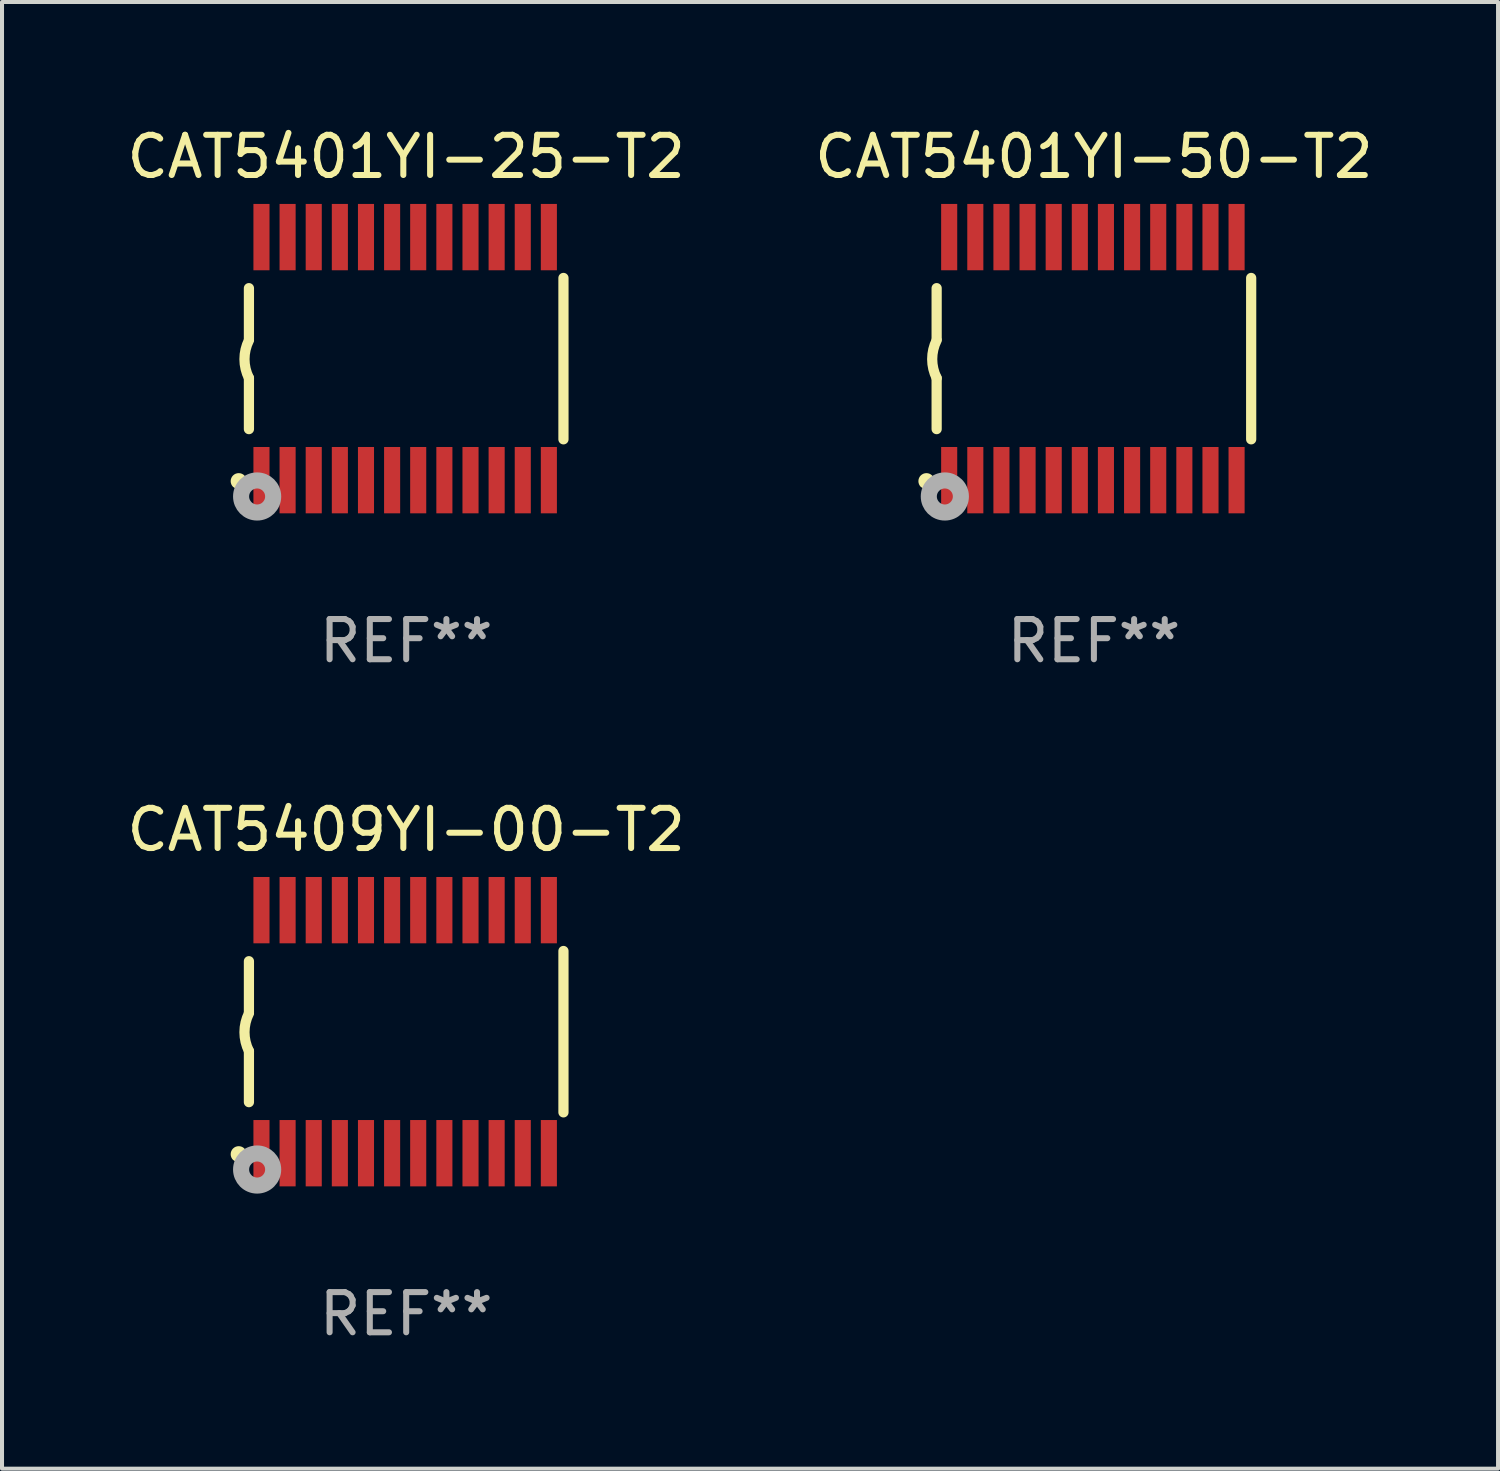
<source format=kicad_pcb>
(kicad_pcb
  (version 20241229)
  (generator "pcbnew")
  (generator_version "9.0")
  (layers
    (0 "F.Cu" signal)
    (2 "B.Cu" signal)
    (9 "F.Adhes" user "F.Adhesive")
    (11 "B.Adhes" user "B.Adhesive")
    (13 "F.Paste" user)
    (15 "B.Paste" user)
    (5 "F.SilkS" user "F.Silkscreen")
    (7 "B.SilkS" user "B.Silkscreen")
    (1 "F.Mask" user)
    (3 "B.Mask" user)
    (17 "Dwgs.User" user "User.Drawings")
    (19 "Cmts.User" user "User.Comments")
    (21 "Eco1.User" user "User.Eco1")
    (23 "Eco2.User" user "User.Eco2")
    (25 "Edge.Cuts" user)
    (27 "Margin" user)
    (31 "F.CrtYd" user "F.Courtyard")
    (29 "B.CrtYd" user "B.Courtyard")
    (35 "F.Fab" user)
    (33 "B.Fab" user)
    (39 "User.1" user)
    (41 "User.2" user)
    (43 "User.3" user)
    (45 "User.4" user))
  (footprint "CAT5401YI-25-T2"
    (layer "F.Cu")
    (at 7.054 5.871)
    (property "Reference" "CAT5401YI-25-T2" (at 0 -5.023 0) (layer "F.SilkS") (effects (font (size 1 1) (thickness 0.15))))
    (attr through_hole)
    (fp_line (start -3.912 -0.483) (end -3.912 -1.753) (stroke (width 0.254) (type solid)) (layer "F.SilkS"))
    (fp_line (start -3.912 1.753) (end -3.912 0.483) (stroke (width 0.254) (type solid)) (layer "F.SilkS"))
    (fp_line (start 3.912 -2.007) (end 3.912 2.007) (stroke (width 0.254) (type solid)) (layer "F.SilkS"))
    (fp_arc (start -3.911608 0.482601) (mid -4.022537 0.0127) (end -3.911608 -0.457201) (stroke (width 0.254001) (type solid)) (layer "F.SilkS"))
    (fp_circle (center -4.166 3.048) (end -4.066 3.048) (stroke (width 0.2) (type solid)) (fill no) (layer "F.SilkS"))
    (fp_circle (center -3.925 3.186) (end -3.895 3.186) (stroke (width 0.06) (type solid)) (fill no) (layer "F.SilkS"))
    (fp_circle (center -3.708 3.429) (end -3.509 3.429) (stroke (width 0.4) (type solid)) (fill no) (layer "F.Fab"))
    (fp_text user "REF**" (at 0 7.023 0) (layer "F.Fab") (effects (font (size 1 1) (thickness 0.15))))
    (pad "1" smd rect (at -3.6 3.023) (size 0.4 1.65) (layers "F.Cu" "F.Mask" "F.Paste"))
    (pad "2" smd rect (at -2.95 3.023) (size 0.4 1.65) (layers "F.Cu" "F.Mask" "F.Paste"))
    (pad "3" smd rect (at -2.3 3.023) (size 0.4 1.65) (layers "F.Cu" "F.Mask" "F.Paste"))
    (pad "4" smd rect (at -1.65 3.023) (size 0.4 1.65) (layers "F.Cu" "F.Mask" "F.Paste"))
    (pad "5" smd rect (at -1 3.023) (size 0.4 1.65) (layers "F.Cu" "F.Mask" "F.Paste"))
    (pad "6" smd rect (at -0.35 3.023) (size 0.4 1.65) (layers "F.Cu" "F.Mask" "F.Paste"))
    (pad "7" smd rect (at 0.299 3.023) (size 0.4 1.65) (layers "F.Cu" "F.Mask" "F.Paste"))
    (pad "8" smd rect (at 0.95 3.023) (size 0.4 1.65) (layers "F.Cu" "F.Mask" "F.Paste"))
    (pad "9" smd rect (at 1.6 3.023) (size 0.4 1.65) (layers "F.Cu" "F.Mask" "F.Paste"))
    (pad "10" smd rect (at 2.25 3.023) (size 0.4 1.65) (layers "F.Cu" "F.Mask" "F.Paste"))
    (pad "11" smd rect (at 2.9 3.023) (size 0.4 1.65) (layers "F.Cu" "F.Mask" "F.Paste"))
    (pad "12" smd rect (at 3.549 3.023) (size 0.4 1.65) (layers "F.Cu" "F.Mask" "F.Paste"))
    (pad "13" smd rect (at 3.549 -3.023) (size 0.4 1.65) (layers "F.Cu" "F.Mask" "F.Paste"))
    (pad "14" smd rect (at 2.9 -3.023) (size 0.4 1.65) (layers "F.Cu" "F.Mask" "F.Paste"))
    (pad "15" smd rect (at 2.25 -3.023) (size 0.4 1.65) (layers "F.Cu" "F.Mask" "F.Paste"))
    (pad "16" smd rect (at 1.6 -3.023) (size 0.4 1.65) (layers "F.Cu" "F.Mask" "F.Paste"))
    (pad "17" smd rect (at 0.95 -3.023) (size 0.4 1.65) (layers "F.Cu" "F.Mask" "F.Paste"))
    (pad "18" smd rect (at 0.299 -3.023) (size 0.4 1.65) (layers "F.Cu" "F.Mask" "F.Paste"))
    (pad "19" smd rect (at -0.35 -3.023) (size 0.4 1.65) (layers "F.Cu" "F.Mask" "F.Paste"))
    (pad "20" smd rect (at -1 -3.023) (size 0.4 1.65) (layers "F.Cu" "F.Mask" "F.Paste"))
    (pad "21" smd rect (at -1.65 -3.023) (size 0.4 1.65) (layers "F.Cu" "F.Mask" "F.Paste"))
    (pad "22" smd rect (at -2.3 -3.023) (size 0.4 1.65) (layers "F.Cu" "F.Mask" "F.Paste"))
    (pad "23" smd rect (at -2.95 -3.023) (size 0.4 1.65) (layers "F.Cu" "F.Mask" "F.Paste"))
    (pad "24" smd rect (at -3.6 -3.023) (size 0.4 1.65) (layers "F.Cu" "F.Mask" "F.Paste")))
  (footprint "CAT5409YI-00-T2"
    (layer "F.Cu")
    (at 7.054 22.613)
    (property "Reference" "CAT5409YI-00-T2" (at 0 -5.023 0) (layer "F.SilkS") (effects (font (size 1 1) (thickness 0.15))))
    (attr through_hole)
    (fp_line (start -3.912 -0.483) (end -3.912 -1.753) (stroke (width 0.254) (type solid)) (layer "F.SilkS"))
    (fp_line (start -3.912 1.753) (end -3.912 0.483) (stroke (width 0.254) (type solid)) (layer "F.SilkS"))
    (fp_line (start 3.912 -2.007) (end 3.912 2.007) (stroke (width 0.254) (type solid)) (layer "F.SilkS"))
    (fp_arc (start -3.911608 0.482601) (mid -4.022537 0.0127) (end -3.911608 -0.457201) (stroke (width 0.254001) (type solid)) (layer "F.SilkS"))
    (fp_circle (center -4.166 3.048) (end -4.066 3.048) (stroke (width 0.2) (type solid)) (fill no) (layer "F.SilkS"))
    (fp_circle (center -3.925 3.186) (end -3.895 3.186) (stroke (width 0.06) (type solid)) (fill no) (layer "F.SilkS"))
    (fp_circle (center -3.708 3.429) (end -3.509 3.429) (stroke (width 0.4) (type solid)) (fill no) (layer "F.Fab"))
    (fp_text user "REF**" (at 0 7.023 0) (layer "F.Fab") (effects (font (size 1 1) (thickness 0.15))))
    (pad "1" smd rect (at -3.6 3.023) (size 0.4 1.65) (layers "F.Cu" "F.Mask" "F.Paste"))
    (pad "2" smd rect (at -2.95 3.023) (size 0.4 1.65) (layers "F.Cu" "F.Mask" "F.Paste"))
    (pad "3" smd rect (at -2.3 3.023) (size 0.4 1.65) (layers "F.Cu" "F.Mask" "F.Paste"))
    (pad "4" smd rect (at -1.65 3.023) (size 0.4 1.65) (layers "F.Cu" "F.Mask" "F.Paste"))
    (pad "5" smd rect (at -1 3.023) (size 0.4 1.65) (layers "F.Cu" "F.Mask" "F.Paste"))
    (pad "6" smd rect (at -0.35 3.023) (size 0.4 1.65) (layers "F.Cu" "F.Mask" "F.Paste"))
    (pad "7" smd rect (at 0.299 3.023) (size 0.4 1.65) (layers "F.Cu" "F.Mask" "F.Paste"))
    (pad "8" smd rect (at 0.95 3.023) (size 0.4 1.65) (layers "F.Cu" "F.Mask" "F.Paste"))
    (pad "9" smd rect (at 1.6 3.023) (size 0.4 1.65) (layers "F.Cu" "F.Mask" "F.Paste"))
    (pad "10" smd rect (at 2.25 3.023) (size 0.4 1.65) (layers "F.Cu" "F.Mask" "F.Paste"))
    (pad "11" smd rect (at 2.9 3.023) (size 0.4 1.65) (layers "F.Cu" "F.Mask" "F.Paste"))
    (pad "12" smd rect (at 3.549 3.023) (size 0.4 1.65) (layers "F.Cu" "F.Mask" "F.Paste"))
    (pad "13" smd rect (at 3.549 -3.023) (size 0.4 1.65) (layers "F.Cu" "F.Mask" "F.Paste"))
    (pad "14" smd rect (at 2.9 -3.023) (size 0.4 1.65) (layers "F.Cu" "F.Mask" "F.Paste"))
    (pad "15" smd rect (at 2.25 -3.023) (size 0.4 1.65) (layers "F.Cu" "F.Mask" "F.Paste"))
    (pad "16" smd rect (at 1.6 -3.023) (size 0.4 1.65) (layers "F.Cu" "F.Mask" "F.Paste"))
    (pad "17" smd rect (at 0.95 -3.023) (size 0.4 1.65) (layers "F.Cu" "F.Mask" "F.Paste"))
    (pad "18" smd rect (at 0.299 -3.023) (size 0.4 1.65) (layers "F.Cu" "F.Mask" "F.Paste"))
    (pad "19" smd rect (at -0.35 -3.023) (size 0.4 1.65) (layers "F.Cu" "F.Mask" "F.Paste"))
    (pad "20" smd rect (at -1 -3.023) (size 0.4 1.65) (layers "F.Cu" "F.Mask" "F.Paste"))
    (pad "21" smd rect (at -1.65 -3.023) (size 0.4 1.65) (layers "F.Cu" "F.Mask" "F.Paste"))
    (pad "22" smd rect (at -2.3 -3.023) (size 0.4 1.65) (layers "F.Cu" "F.Mask" "F.Paste"))
    (pad "23" smd rect (at -2.95 -3.023) (size 0.4 1.65) (layers "F.Cu" "F.Mask" "F.Paste"))
    (pad "24" smd rect (at -3.6 -3.023) (size 0.4 1.65) (layers "F.Cu" "F.Mask" "F.Paste")))
  (footprint "CAT5401YI-50-T2"
    (layer "F.Cu")
    (at 24.161 5.871)
    (property "Reference" "CAT5401YI-50-T2" (at 0 -5.023 0) (layer "F.SilkS") (effects (font (size 1 1) (thickness 0.15))))
    (attr through_hole)
    (fp_line (start -3.912 -0.483) (end -3.912 -1.753) (stroke (width 0.254) (type solid)) (layer "F.SilkS"))
    (fp_line (start -3.912 1.753) (end -3.912 0.483) (stroke (width 0.254) (type solid)) (layer "F.SilkS"))
    (fp_line (start 3.912 -2.007) (end 3.912 2.007) (stroke (width 0.254) (type solid)) (layer "F.SilkS"))
    (fp_arc (start -3.911608 0.482601) (mid -4.022537 0.0127) (end -3.911608 -0.457201) (stroke (width 0.254001) (type solid)) (layer "F.SilkS"))
    (fp_circle (center -4.166 3.048) (end -4.066 3.048) (stroke (width 0.2) (type solid)) (fill no) (layer "F.SilkS"))
    (fp_circle (center -3.925 3.186) (end -3.895 3.186) (stroke (width 0.06) (type solid)) (fill no) (layer "F.SilkS"))
    (fp_circle (center -3.708 3.429) (end -3.509 3.429) (stroke (width 0.4) (type solid)) (fill no) (layer "F.Fab"))
    (fp_text user "REF**" (at 0 7.023 0) (layer "F.Fab") (effects (font (size 1 1) (thickness 0.15))))
    (pad "1" smd rect (at -3.6 3.023) (size 0.4 1.65) (layers "F.Cu" "F.Mask" "F.Paste"))
    (pad "2" smd rect (at -2.95 3.023) (size 0.4 1.65) (layers "F.Cu" "F.Mask" "F.Paste"))
    (pad "3" smd rect (at -2.3 3.023) (size 0.4 1.65) (layers "F.Cu" "F.Mask" "F.Paste"))
    (pad "4" smd rect (at -1.65 3.023) (size 0.4 1.65) (layers "F.Cu" "F.Mask" "F.Paste"))
    (pad "5" smd rect (at -1 3.023) (size 0.4 1.65) (layers "F.Cu" "F.Mask" "F.Paste"))
    (pad "6" smd rect (at -0.35 3.023) (size 0.4 1.65) (layers "F.Cu" "F.Mask" "F.Paste"))
    (pad "7" smd rect (at 0.299 3.023) (size 0.4 1.65) (layers "F.Cu" "F.Mask" "F.Paste"))
    (pad "8" smd rect (at 0.95 3.023) (size 0.4 1.65) (layers "F.Cu" "F.Mask" "F.Paste"))
    (pad "9" smd rect (at 1.6 3.023) (size 0.4 1.65) (layers "F.Cu" "F.Mask" "F.Paste"))
    (pad "10" smd rect (at 2.25 3.023) (size 0.4 1.65) (layers "F.Cu" "F.Mask" "F.Paste"))
    (pad "11" smd rect (at 2.9 3.023) (size 0.4 1.65) (layers "F.Cu" "F.Mask" "F.Paste"))
    (pad "12" smd rect (at 3.549 3.023) (size 0.4 1.65) (layers "F.Cu" "F.Mask" "F.Paste"))
    (pad "13" smd rect (at 3.549 -3.023) (size 0.4 1.65) (layers "F.Cu" "F.Mask" "F.Paste"))
    (pad "14" smd rect (at 2.9 -3.023) (size 0.4 1.65) (layers "F.Cu" "F.Mask" "F.Paste"))
    (pad "15" smd rect (at 2.25 -3.023) (size 0.4 1.65) (layers "F.Cu" "F.Mask" "F.Paste"))
    (pad "16" smd rect (at 1.6 -3.023) (size 0.4 1.65) (layers "F.Cu" "F.Mask" "F.Paste"))
    (pad "17" smd rect (at 0.95 -3.023) (size 0.4 1.65) (layers "F.Cu" "F.Mask" "F.Paste"))
    (pad "18" smd rect (at 0.299 -3.023) (size 0.4 1.65) (layers "F.Cu" "F.Mask" "F.Paste"))
    (pad "19" smd rect (at -0.35 -3.023) (size 0.4 1.65) (layers "F.Cu" "F.Mask" "F.Paste"))
    (pad "20" smd rect (at -1 -3.023) (size 0.4 1.65) (layers "F.Cu" "F.Mask" "F.Paste"))
    (pad "21" smd rect (at -1.65 -3.023) (size 0.4 1.65) (layers "F.Cu" "F.Mask" "F.Paste"))
    (pad "22" smd rect (at -2.3 -3.023) (size 0.4 1.65) (layers "F.Cu" "F.Mask" "F.Paste"))
    (pad "23" smd rect (at -2.95 -3.023) (size 0.4 1.65) (layers "F.Cu" "F.Mask" "F.Paste"))
    (pad "24" smd rect (at -3.6 -3.023) (size 0.4 1.65) (layers "F.Cu" "F.Mask" "F.Paste")))
  (gr_rect
    (start -3 -3)
    (end 34.214 33.483)
    (stroke (width 0.1) (type default))
    (fill no)
    (layer "Edge.Cuts")))
</source>
